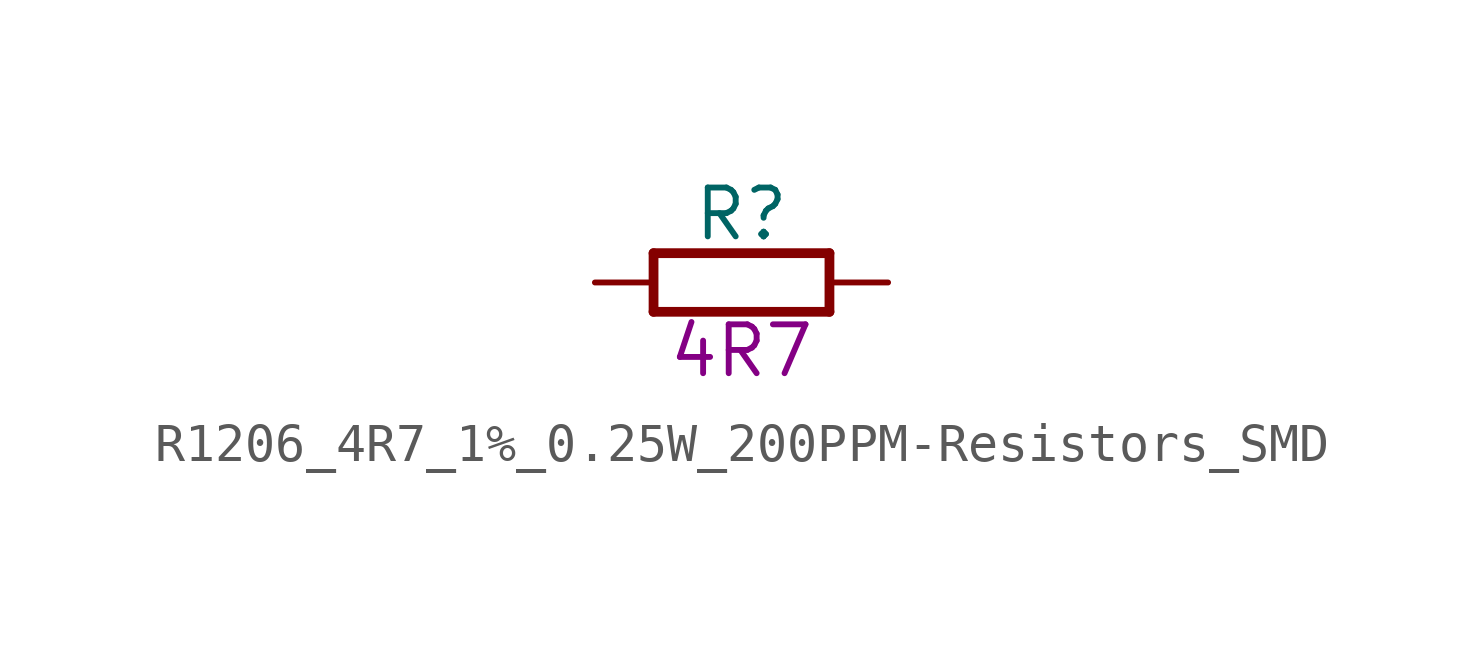
<source format=kicad_sym>
(kicad_symbol_lib
  (version 20200126)
  (host kicad_symbol_editor "(5.99.0-2809-gaceed2b0a4)")
  (symbol "LCD_Board-rescue:R1206_4R7_1%_0.25W_200PPM-Resistors_SMD"
    (pin_names
      (offset 1.27))
    (property "Reference" "R"
      (at 3.81 1.778 0)
      (effects (font (size 1.27 1.27))))
    (property "Val" "4R7"
      (at 3.81 -1.778 0)
      (effects (font (size 1.27 1.27))))
    (property "ki_locked" ""
      (at 0 0 0)
      (effects (font (size 1.27 1.27))))
    (symbol "R1206_4R7_1%_0.25W_200PPM-Resistors_SMD_0_1"
      (text "1%" (at 3.81 0 0) (effects (font (size 0.635 0.635)) hide))
      (polyline (pts (xy 1.524 -0.762) (xy 6.096 -0.762)) (stroke (width 0.254)) (fill (type none)))
      (polyline (pts (xy 1.524 0.762) (xy 1.524 -0.762)) (stroke (width 0.254)) (fill (type none)))
      (polyline (pts (xy 6.096 -0.762) (xy 6.096 0.762)) (stroke (width 0.254)) (fill (type none)))
      (polyline (pts (xy 6.096 0.762) (xy 1.524 0.762)) (stroke (width 0.254)) (fill (type none)))
      (pin passive line (at 0 0 0) (length 1.524) (name "1" (effects (font (size 0 0)))) (number "1" (effects (font (size 0 0)))))
      (pin passive line (at 7.62 0 180) (length 1.524) (name "2" (effects (font (size 0 0)))) (number "2" (effects (font (size 0 0))))))))
</source>
